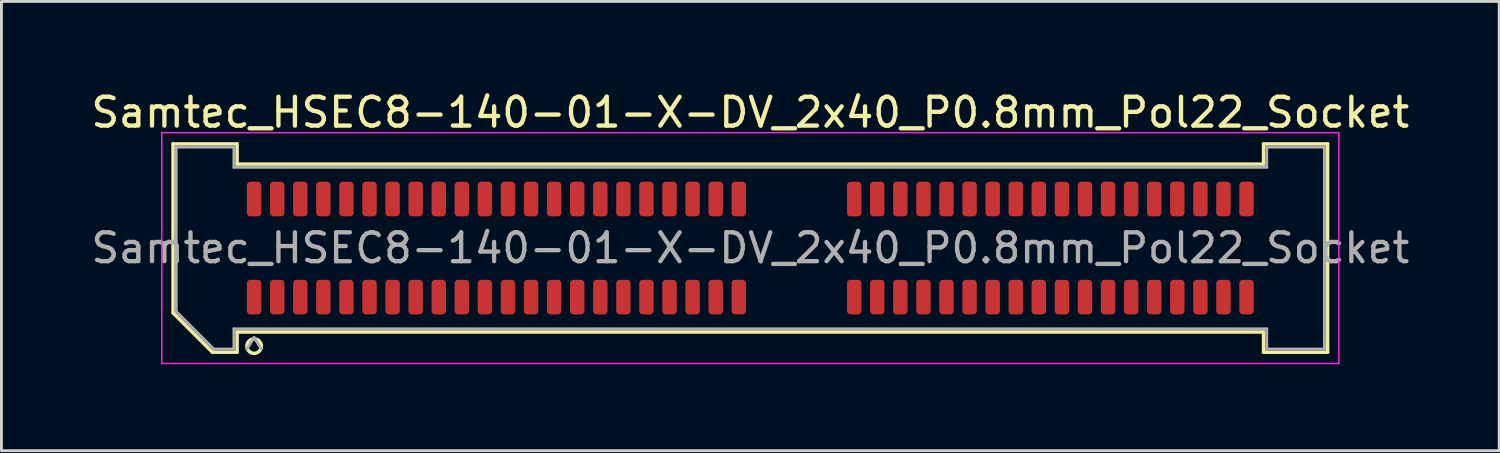
<source format=kicad_pcb>
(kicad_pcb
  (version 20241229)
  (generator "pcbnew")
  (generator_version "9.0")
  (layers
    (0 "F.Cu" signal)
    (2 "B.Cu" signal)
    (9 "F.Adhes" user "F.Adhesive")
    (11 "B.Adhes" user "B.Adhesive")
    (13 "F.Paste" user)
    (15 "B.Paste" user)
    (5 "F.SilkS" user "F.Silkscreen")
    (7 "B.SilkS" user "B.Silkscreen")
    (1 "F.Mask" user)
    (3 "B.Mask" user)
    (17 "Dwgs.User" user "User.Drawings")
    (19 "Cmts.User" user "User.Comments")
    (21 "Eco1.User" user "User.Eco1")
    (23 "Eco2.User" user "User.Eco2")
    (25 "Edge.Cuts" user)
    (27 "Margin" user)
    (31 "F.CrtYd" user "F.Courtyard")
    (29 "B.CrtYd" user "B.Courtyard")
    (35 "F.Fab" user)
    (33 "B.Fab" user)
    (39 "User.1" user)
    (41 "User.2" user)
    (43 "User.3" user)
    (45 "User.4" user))
  (footprint "Samtec_HSEC8-140-01-X-DV_2x40_P0.8mm_Pol22_Socket"
    (layer "F.Cu")
    (at 22.958 5.548)
    (property "Reference" "Samtec_HSEC8-140-01-X-DV_2x40_P0.8mm_Pol22_Socket" (at 0 -4.7 0) (layer "F.SilkS") (effects (font (size 1 1) (thickness 0.15))))
    (attr smd)
    (fp_line (start -20.01 -3.61) (end -17.79 -3.61) (stroke (width 0.12) (type solid)) (layer "F.SilkS"))
    (fp_line (start -20.01 2.246) (end -20.01 -3.61) (stroke (width 0.12) (type solid)) (layer "F.SilkS"))
    (fp_line (start -18.646 3.61) (end -20.01 2.246) (stroke (width 0.12) (type solid)) (layer "F.SilkS"))
    (fp_line (start -17.79 -3.61) (end -17.79 -2.91) (stroke (width 0.12) (type solid)) (layer "F.SilkS"))
    (fp_line (start -17.79 -2.91) (end 17.79 -2.91) (stroke (width 0.12) (type solid)) (layer "F.SilkS"))
    (fp_line (start -17.79 2.91) (end -17.79 3.61) (stroke (width 0.12) (type solid)) (layer "F.SilkS"))
    (fp_line (start -17.79 3.61) (end -18.646 3.61) (stroke (width 0.12) (type solid)) (layer "F.SilkS"))
    (fp_line (start 17.79 -3.61) (end 20.01 -3.61) (stroke (width 0.12) (type solid)) (layer "F.SilkS"))
    (fp_line (start 17.79 -2.91) (end 17.79 -3.61) (stroke (width 0.12) (type solid)) (layer "F.SilkS"))
    (fp_line (start 17.79 2.91) (end -17.79 2.91) (stroke (width 0.12) (type solid)) (layer "F.SilkS"))
    (fp_line (start 17.79 3.61) (end 17.79 2.91) (stroke (width 0.12) (type solid)) (layer "F.SilkS"))
    (fp_line (start 20.01 -3.61) (end 20.01 3.61) (stroke (width 0.12) (type solid)) (layer "F.SilkS"))
    (fp_line (start 20.01 3.61) (end 17.79 3.61) (stroke (width 0.12) (type solid)) (layer "F.SilkS"))
    (fp_arc (start -16.95 3.4) (mid -17.45 3.4) (end -16.95 3.4) (stroke (width 0.12) (type solid)) (layer "F.SilkS"))
    (fp_line (start -20.4 -4) (end -20.4 4) (stroke (width 0.05) (type solid)) (layer "F.CrtYd"))
    (fp_line (start -20.4 4) (end 20.4 4) (stroke (width 0.05) (type solid)) (layer "F.CrtYd"))
    (fp_line (start 20.4 -4) (end -20.4 -4) (stroke (width 0.05) (type solid)) (layer "F.CrtYd"))
    (fp_line (start 20.4 4) (end 20.4 -4) (stroke (width 0.05) (type solid)) (layer "F.CrtYd"))
    (fp_line (start -19.9 -3.5) (end -17.9 -3.5) (stroke (width 0.1) (type solid)) (layer "F.Fab"))
    (fp_line (start -19.9 2.2) (end -19.9 -3.5) (stroke (width 0.1) (type solid)) (layer "F.Fab"))
    (fp_line (start -18.6 3.5) (end -19.9 2.2) (stroke (width 0.1) (type solid)) (layer "F.Fab"))
    (fp_line (start -17.9 -3.5) (end -17.9 -2.8) (stroke (width 0.1) (type solid)) (layer "F.Fab"))
    (fp_line (start -17.9 -2.8) (end 17.9 -2.8) (stroke (width 0.1) (type solid)) (layer "F.Fab"))
    (fp_line (start -17.9 2.8) (end -17.9 3.5) (stroke (width 0.1) (type solid)) (layer "F.Fab"))
    (fp_line (start -17.9 3.5) (end -18.6 3.5) (stroke (width 0.1) (type solid)) (layer "F.Fab"))
    (fp_line (start -17.2 3.1) (end -17.45 3.5) (stroke (width 0.1) (type solid)) (layer "F.Fab"))
    (fp_line (start -17.2 3.1) (end -16.95 3.5) (stroke (width 0.1) (type solid)) (layer "F.Fab"))
    (fp_line (start 17.9 -3.5) (end 19.9 -3.5) (stroke (width 0.1) (type solid)) (layer "F.Fab"))
    (fp_line (start 17.9 -2.8) (end 17.9 -3.5) (stroke (width 0.1) (type solid)) (layer "F.Fab"))
    (fp_line (start 17.9 2.8) (end -17.9 2.8) (stroke (width 0.1) (type solid)) (layer "F.Fab"))
    (fp_line (start 17.9 3.5) (end 17.9 2.8) (stroke (width 0.1) (type solid)) (layer "F.Fab"))
    (fp_line (start 19.9 -3.5) (end 19.9 3.5) (stroke (width 0.1) (type solid)) (layer "F.Fab"))
    (fp_line (start 19.9 3.5) (end 17.9 3.5) (stroke (width 0.1) (type solid)) (layer "F.Fab"))
    (fp_text user "${REFERENCE}" (at 0 0 0) (layer "F.Fab") (effects (font (size 1 1) (thickness 0.15))))
    (pad "1" smd roundrect (at -17.2 1.7) (size 0.5 1.2) (layers "F.Cu" "F.Mask" "F.Paste") (roundrect_rratio 0.25))
    (pad "2" smd roundrect (at -17.2 -1.7) (size 0.5 1.2) (layers "F.Cu" "F.Mask" "F.Paste") (roundrect_rratio 0.25))
    (pad "3" smd roundrect (at -16.4 1.7) (size 0.5 1.2) (layers "F.Cu" "F.Mask" "F.Paste") (roundrect_rratio 0.25))
    (pad "4" smd roundrect (at -16.4 -1.7) (size 0.5 1.2) (layers "F.Cu" "F.Mask" "F.Paste") (roundrect_rratio 0.25))
    (pad "5" smd roundrect (at -15.6 1.7) (size 0.5 1.2) (layers "F.Cu" "F.Mask" "F.Paste") (roundrect_rratio 0.25))
    (pad "6" smd roundrect (at -15.6 -1.7) (size 0.5 1.2) (layers "F.Cu" "F.Mask" "F.Paste") (roundrect_rratio 0.25))
    (pad "7" smd roundrect (at -14.8 1.7) (size 0.5 1.2) (layers "F.Cu" "F.Mask" "F.Paste") (roundrect_rratio 0.25))
    (pad "8" smd roundrect (at -14.8 -1.7) (size 0.5 1.2) (layers "F.Cu" "F.Mask" "F.Paste") (roundrect_rratio 0.25))
    (pad "9" smd roundrect (at -14 1.7) (size 0.5 1.2) (layers "F.Cu" "F.Mask" "F.Paste") (roundrect_rratio 0.25))
    (pad "10" smd roundrect (at -14 -1.7) (size 0.5 1.2) (layers "F.Cu" "F.Mask" "F.Paste") (roundrect_rratio 0.25))
    (pad "11" smd roundrect (at -13.2 1.7) (size 0.5 1.2) (layers "F.Cu" "F.Mask" "F.Paste") (roundrect_rratio 0.25))
    (pad "12" smd roundrect (at -13.2 -1.7) (size 0.5 1.2) (layers "F.Cu" "F.Mask" "F.Paste") (roundrect_rratio 0.25))
    (pad "13" smd roundrect (at -12.4 1.7) (size 0.5 1.2) (layers "F.Cu" "F.Mask" "F.Paste") (roundrect_rratio 0.25))
    (pad "14" smd roundrect (at -12.4 -1.7) (size 0.5 1.2) (layers "F.Cu" "F.Mask" "F.Paste") (roundrect_rratio 0.25))
    (pad "15" smd roundrect (at -11.6 1.7) (size 0.5 1.2) (layers "F.Cu" "F.Mask" "F.Paste") (roundrect_rratio 0.25))
    (pad "16" smd roundrect (at -11.6 -1.7) (size 0.5 1.2) (layers "F.Cu" "F.Mask" "F.Paste") (roundrect_rratio 0.25))
    (pad "17" smd roundrect (at -10.8 1.7) (size 0.5 1.2) (layers "F.Cu" "F.Mask" "F.Paste") (roundrect_rratio 0.25))
    (pad "18" smd roundrect (at -10.8 -1.7) (size 0.5 1.2) (layers "F.Cu" "F.Mask" "F.Paste") (roundrect_rratio 0.25))
    (pad "19" smd roundrect (at -10 1.7) (size 0.5 1.2) (layers "F.Cu" "F.Mask" "F.Paste") (roundrect_rratio 0.25))
    (pad "20" smd roundrect (at -10 -1.7) (size 0.5 1.2) (layers "F.Cu" "F.Mask" "F.Paste") (roundrect_rratio 0.25))
    (pad "21" smd roundrect (at -9.2 1.7) (size 0.5 1.2) (layers "F.Cu" "F.Mask" "F.Paste") (roundrect_rratio 0.25))
    (pad "22" smd roundrect (at -9.2 -1.7) (size 0.5 1.2) (layers "F.Cu" "F.Mask" "F.Paste") (roundrect_rratio 0.25))
    (pad "23" smd roundrect (at -8.4 1.7) (size 0.5 1.2) (layers "F.Cu" "F.Mask" "F.Paste") (roundrect_rratio 0.25))
    (pad "24" smd roundrect (at -8.4 -1.7) (size 0.5 1.2) (layers "F.Cu" "F.Mask" "F.Paste") (roundrect_rratio 0.25))
    (pad "25" smd roundrect (at -7.6 1.7) (size 0.5 1.2) (layers "F.Cu" "F.Mask" "F.Paste") (roundrect_rratio 0.25))
    (pad "26" smd roundrect (at -7.6 -1.7) (size 0.5 1.2) (layers "F.Cu" "F.Mask" "F.Paste") (roundrect_rratio 0.25))
    (pad "27" smd roundrect (at -6.8 1.7) (size 0.5 1.2) (layers "F.Cu" "F.Mask" "F.Paste") (roundrect_rratio 0.25))
    (pad "28" smd roundrect (at -6.8 -1.7) (size 0.5 1.2) (layers "F.Cu" "F.Mask" "F.Paste") (roundrect_rratio 0.25))
    (pad "29" smd roundrect (at -6 1.7) (size 0.5 1.2) (layers "F.Cu" "F.Mask" "F.Paste") (roundrect_rratio 0.25))
    (pad "30" smd roundrect (at -6 -1.7) (size 0.5 1.2) (layers "F.Cu" "F.Mask" "F.Paste") (roundrect_rratio 0.25))
    (pad "31" smd roundrect (at -5.2 1.7) (size 0.5 1.2) (layers "F.Cu" "F.Mask" "F.Paste") (roundrect_rratio 0.25))
    (pad "32" smd roundrect (at -5.2 -1.7) (size 0.5 1.2) (layers "F.Cu" "F.Mask" "F.Paste") (roundrect_rratio 0.25))
    (pad "33" smd roundrect (at -4.4 1.7) (size 0.5 1.2) (layers "F.Cu" "F.Mask" "F.Paste") (roundrect_rratio 0.25))
    (pad "34" smd roundrect (at -4.4 -1.7) (size 0.5 1.2) (layers "F.Cu" "F.Mask" "F.Paste") (roundrect_rratio 0.25))
    (pad "35" smd roundrect (at -3.6 1.7) (size 0.5 1.2) (layers "F.Cu" "F.Mask" "F.Paste") (roundrect_rratio 0.25))
    (pad "36" smd roundrect (at -3.6 -1.7) (size 0.5 1.2) (layers "F.Cu" "F.Mask" "F.Paste") (roundrect_rratio 0.25))
    (pad "37" smd roundrect (at -2.8 1.7) (size 0.5 1.2) (layers "F.Cu" "F.Mask" "F.Paste") (roundrect_rratio 0.25))
    (pad "38" smd roundrect (at -2.8 -1.7) (size 0.5 1.2) (layers "F.Cu" "F.Mask" "F.Paste") (roundrect_rratio 0.25))
    (pad "39" smd roundrect (at -2 1.7) (size 0.5 1.2) (layers "F.Cu" "F.Mask" "F.Paste") (roundrect_rratio 0.25))
    (pad "40" smd roundrect (at -2 -1.7) (size 0.5 1.2) (layers "F.Cu" "F.Mask" "F.Paste") (roundrect_rratio 0.25))
    (pad "41" smd roundrect (at -1.2 1.7) (size 0.5 1.2) (layers "F.Cu" "F.Mask" "F.Paste") (roundrect_rratio 0.25))
    (pad "42" smd roundrect (at -1.2 -1.7) (size 0.5 1.2) (layers "F.Cu" "F.Mask" "F.Paste") (roundrect_rratio 0.25))
    (pad "43" smd roundrect (at -0.4 1.7) (size 0.5 1.2) (layers "F.Cu" "F.Mask" "F.Paste") (roundrect_rratio 0.25))
    (pad "44" smd roundrect (at -0.4 -1.7) (size 0.5 1.2) (layers "F.Cu" "F.Mask" "F.Paste") (roundrect_rratio 0.25))
    (pad "45" smd roundrect (at 3.6 1.7) (size 0.5 1.2) (layers "F.Cu" "F.Mask" "F.Paste") (roundrect_rratio 0.25))
    (pad "46" smd roundrect (at 3.6 -1.7) (size 0.5 1.2) (layers "F.Cu" "F.Mask" "F.Paste") (roundrect_rratio 0.25))
    (pad "47" smd roundrect (at 4.4 1.7) (size 0.5 1.2) (layers "F.Cu" "F.Mask" "F.Paste") (roundrect_rratio 0.25))
    (pad "48" smd roundrect (at 4.4 -1.7) (size 0.5 1.2) (layers "F.Cu" "F.Mask" "F.Paste") (roundrect_rratio 0.25))
    (pad "49" smd roundrect (at 5.2 1.7) (size 0.5 1.2) (layers "F.Cu" "F.Mask" "F.Paste") (roundrect_rratio 0.25))
    (pad "50" smd roundrect (at 5.2 -1.7) (size 0.5 1.2) (layers "F.Cu" "F.Mask" "F.Paste") (roundrect_rratio 0.25))
    (pad "51" smd roundrect (at 6 1.7) (size 0.5 1.2) (layers "F.Cu" "F.Mask" "F.Paste") (roundrect_rratio 0.25))
    (pad "52" smd roundrect (at 6 -1.7) (size 0.5 1.2) (layers "F.Cu" "F.Mask" "F.Paste") (roundrect_rratio 0.25))
    (pad "53" smd roundrect (at 6.8 1.7) (size 0.5 1.2) (layers "F.Cu" "F.Mask" "F.Paste") (roundrect_rratio 0.25))
    (pad "54" smd roundrect (at 6.8 -1.7) (size 0.5 1.2) (layers "F.Cu" "F.Mask" "F.Paste") (roundrect_rratio 0.25))
    (pad "55" smd roundrect (at 7.6 1.7) (size 0.5 1.2) (layers "F.Cu" "F.Mask" "F.Paste") (roundrect_rratio 0.25))
    (pad "56" smd roundrect (at 7.6 -1.7) (size 0.5 1.2) (layers "F.Cu" "F.Mask" "F.Paste") (roundrect_rratio 0.25))
    (pad "57" smd roundrect (at 8.4 1.7) (size 0.5 1.2) (layers "F.Cu" "F.Mask" "F.Paste") (roundrect_rratio 0.25))
    (pad "58" smd roundrect (at 8.4 -1.7) (size 0.5 1.2) (layers "F.Cu" "F.Mask" "F.Paste") (roundrect_rratio 0.25))
    (pad "59" smd roundrect (at 9.2 1.7) (size 0.5 1.2) (layers "F.Cu" "F.Mask" "F.Paste") (roundrect_rratio 0.25))
    (pad "60" smd roundrect (at 9.2 -1.7) (size 0.5 1.2) (layers "F.Cu" "F.Mask" "F.Paste") (roundrect_rratio 0.25))
    (pad "61" smd roundrect (at 10 1.7) (size 0.5 1.2) (layers "F.Cu" "F.Mask" "F.Paste") (roundrect_rratio 0.25))
    (pad "62" smd roundrect (at 10 -1.7) (size 0.5 1.2) (layers "F.Cu" "F.Mask" "F.Paste") (roundrect_rratio 0.25))
    (pad "63" smd roundrect (at 10.8 1.7) (size 0.5 1.2) (layers "F.Cu" "F.Mask" "F.Paste") (roundrect_rratio 0.25))
    (pad "64" smd roundrect (at 10.8 -1.7) (size 0.5 1.2) (layers "F.Cu" "F.Mask" "F.Paste") (roundrect_rratio 0.25))
    (pad "65" smd roundrect (at 11.6 1.7) (size 0.5 1.2) (layers "F.Cu" "F.Mask" "F.Paste") (roundrect_rratio 0.25))
    (pad "66" smd roundrect (at 11.6 -1.7) (size 0.5 1.2) (layers "F.Cu" "F.Mask" "F.Paste") (roundrect_rratio 0.25))
    (pad "67" smd roundrect (at 12.4 1.7) (size 0.5 1.2) (layers "F.Cu" "F.Mask" "F.Paste") (roundrect_rratio 0.25))
    (pad "68" smd roundrect (at 12.4 -1.7) (size 0.5 1.2) (layers "F.Cu" "F.Mask" "F.Paste") (roundrect_rratio 0.25))
    (pad "69" smd roundrect (at 13.2 1.7) (size 0.5 1.2) (layers "F.Cu" "F.Mask" "F.Paste") (roundrect_rratio 0.25))
    (pad "70" smd roundrect (at 13.2 -1.7) (size 0.5 1.2) (layers "F.Cu" "F.Mask" "F.Paste") (roundrect_rratio 0.25))
    (pad "71" smd roundrect (at 14 1.7) (size 0.5 1.2) (layers "F.Cu" "F.Mask" "F.Paste") (roundrect_rratio 0.25))
    (pad "72" smd roundrect (at 14 -1.7) (size 0.5 1.2) (layers "F.Cu" "F.Mask" "F.Paste") (roundrect_rratio 0.25))
    (pad "73" smd roundrect (at 14.8 1.7) (size 0.5 1.2) (layers "F.Cu" "F.Mask" "F.Paste") (roundrect_rratio 0.25))
    (pad "74" smd roundrect (at 14.8 -1.7) (size 0.5 1.2) (layers "F.Cu" "F.Mask" "F.Paste") (roundrect_rratio 0.25))
    (pad "75" smd roundrect (at 15.6 1.7) (size 0.5 1.2) (layers "F.Cu" "F.Mask" "F.Paste") (roundrect_rratio 0.25))
    (pad "76" smd roundrect (at 15.6 -1.7) (size 0.5 1.2) (layers "F.Cu" "F.Mask" "F.Paste") (roundrect_rratio 0.25))
    (pad "77" smd roundrect (at 16.4 1.7) (size 0.5 1.2) (layers "F.Cu" "F.Mask" "F.Paste") (roundrect_rratio 0.25))
    (pad "78" smd roundrect (at 16.4 -1.7) (size 0.5 1.2) (layers "F.Cu" "F.Mask" "F.Paste") (roundrect_rratio 0.25))
    (pad "79" smd roundrect (at 17.2 1.7) (size 0.5 1.2) (layers "F.Cu" "F.Mask" "F.Paste") (roundrect_rratio 0.25))
    (pad "80" smd roundrect (at 17.2 -1.7) (size 0.5 1.2) (layers "F.Cu" "F.Mask" "F.Paste") (roundrect_rratio 0.25)))
  (gr_rect
    (start -3 -3)
    (end 48.917 12.573)
    (stroke (width 0.1) (type default))
    (fill no)
    (layer "Edge.Cuts")))
</source>
